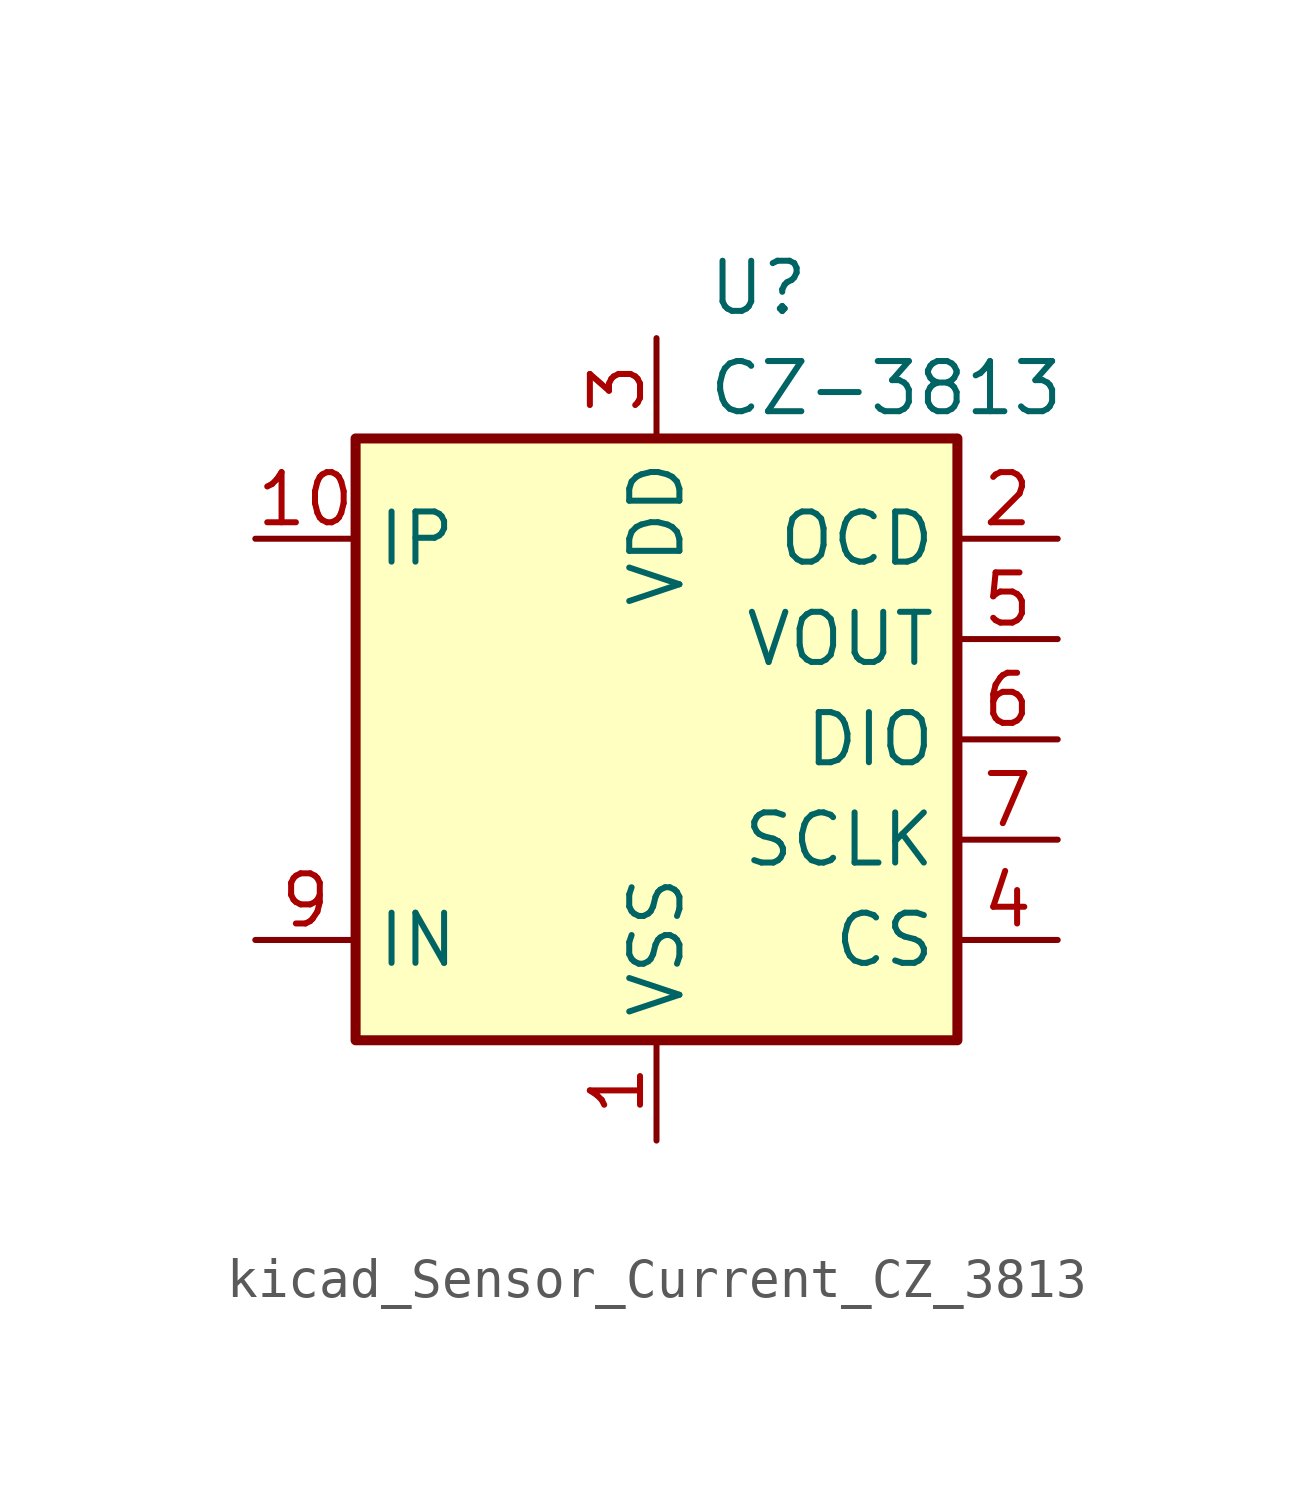
<source format=kicad_sym>
(kicad_symbol_lib
  (version 20220914)
  (generator kicad_symbol_editor)
  (symbol "kicad_Sensor_Current_CZ_3813"
    (property "Reference" "U"
      (at 1.27 11.43 0)
      (effects (font (size 1.27 1.27)) (justify left)))
    (property "Value" "CZ-3813"
      (at 1.27 8.89 0)
      (effects (font (size 1.27 1.27)) (justify left)))
    (symbol "kicad_Sensor_Current_CZ_3813_0_1"
      (rectangle (start -7.62 7.62) (end 7.62 -7.62) (stroke (width 0.254) (type default)) (fill (type background))))
    (symbol "kicad_Sensor_Current_CZ_3813_1_1"
      (pin power_in line (at 0 -10.16 90) (length 2.54) (name "VSS" (effects (font (size 1.27 1.27)))) (number "1" (effects (font (size 1.27 1.27)))))
      (pin passive line (at -10.16 5.08 0) (length 2.54) (name "IP" (effects (font (size 1.27 1.27)))) (number "10" (effects (font (size 1.27 1.27)))))
      (pin output line (at 10.16 5.08 180) (length 2.54) (name "OCD" (effects (font (size 1.27 1.27)))) (number "2" (effects (font (size 1.27 1.27)))))
      (pin power_in line (at 0 10.16 270) (length 2.54) (name "VDD" (effects (font (size 1.27 1.27)))) (number "3" (effects (font (size 1.27 1.27)))))
      (pin input line (at 10.16 -5.08 180) (length 2.54) (name "CS" (effects (font (size 1.27 1.27)))) (number "4" (effects (font (size 1.27 1.27)))))
      (pin output line (at 10.16 2.54 180) (length 2.54) (name "VOUT" (effects (font (size 1.27 1.27)))) (number "5" (effects (font (size 1.27 1.27)))))
      (pin bidirectional line (at 10.16 0 180) (length 2.54) (name "DIO" (effects (font (size 1.27 1.27)))) (number "6" (effects (font (size 1.27 1.27)))))
      (pin input line (at 10.16 -2.54 180) (length 2.54) (name "SCLK" (effects (font (size 1.27 1.27)))) (number "7" (effects (font (size 1.27 1.27)))))
      (pin passive line (at 0 -10.16 90) (length 2.54) hide (name "VSS" (effects (font (size 1.27 1.27)))) (number "8" (effects (font (size 1.27 1.27)))))
      (pin passive line (at -10.16 -5.08 0) (length 2.54) (name "IN" (effects (font (size 1.27 1.27)))) (number "9" (effects (font (size 1.27 1.27))))))))
</source>
